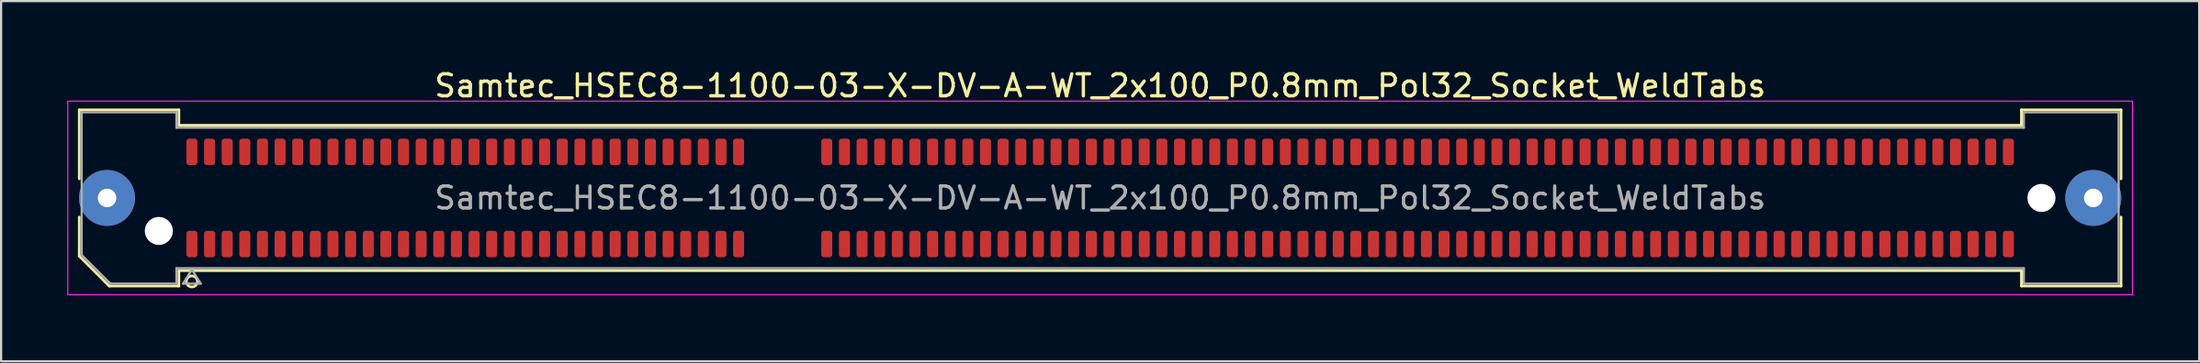
<source format=kicad_pcb>
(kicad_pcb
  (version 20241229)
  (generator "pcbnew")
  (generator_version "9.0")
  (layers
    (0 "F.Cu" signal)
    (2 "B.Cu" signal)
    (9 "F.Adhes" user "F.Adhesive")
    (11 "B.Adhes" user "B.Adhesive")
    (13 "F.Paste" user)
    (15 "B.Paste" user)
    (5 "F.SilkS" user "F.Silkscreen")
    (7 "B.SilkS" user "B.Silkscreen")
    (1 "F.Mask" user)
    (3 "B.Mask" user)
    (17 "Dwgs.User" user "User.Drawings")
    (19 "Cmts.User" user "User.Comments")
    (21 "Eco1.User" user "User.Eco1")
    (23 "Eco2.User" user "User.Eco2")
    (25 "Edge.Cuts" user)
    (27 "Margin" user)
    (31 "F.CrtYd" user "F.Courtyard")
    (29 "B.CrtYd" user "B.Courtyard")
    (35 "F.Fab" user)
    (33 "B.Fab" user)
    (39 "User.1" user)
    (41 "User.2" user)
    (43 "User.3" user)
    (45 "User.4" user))
  (footprint "Samtec_HSEC8-1100-03-X-DV-A-WT_2x100_P0.8mm_Pol32_Socket_WeldTabs"
    (layer "F.Cu")
    (at 46.855 5.948)
    (property "Reference" "Samtec_HSEC8-1100-03-X-DV-A-WT_2x100_P0.8mm_Pol32_Socket_WeldTabs" (at 0 -5.1 0) (layer "F.SilkS") (effects (font (size 1 1) (thickness 0.15))))
    (attr smd)
    (fp_line (start -46.31 -4.005) (end -41.79 -4.005) (stroke (width 0.12) (type solid)) (layer "F.SilkS"))
    (fp_line (start -46.31 -0.868) (end -46.31 -4.005) (stroke (width 0.12) (type solid)) (layer "F.SilkS"))
    (fp_line (start -46.31 2.641) (end -46.31 0.868) (stroke (width 0.12) (type solid)) (layer "F.SilkS"))
    (fp_line (start -44.946 4.005) (end -46.31 2.641) (stroke (width 0.12) (type solid)) (layer "F.SilkS"))
    (fp_line (start -41.79 -4.005) (end -41.79 -3.305) (stroke (width 0.12) (type solid)) (layer "F.SilkS"))
    (fp_line (start -41.79 -3.305) (end 41.79 -3.305) (stroke (width 0.12) (type solid)) (layer "F.SilkS"))
    (fp_line (start -41.79 3.305) (end -41.79 4.005) (stroke (width 0.12) (type solid)) (layer "F.SilkS"))
    (fp_line (start -41.79 4.005) (end -44.946 4.005) (stroke (width 0.12) (type solid)) (layer "F.SilkS"))
    (fp_line (start 41.79 -4.005) (end 46.31 -4.005) (stroke (width 0.12) (type solid)) (layer "F.SilkS"))
    (fp_line (start 41.79 -3.305) (end 41.79 -4.005) (stroke (width 0.12) (type solid)) (layer "F.SilkS"))
    (fp_line (start 41.79 3.305) (end -41.79 3.305) (stroke (width 0.12) (type solid)) (layer "F.SilkS"))
    (fp_line (start 41.79 4.005) (end 41.79 3.305) (stroke (width 0.12) (type solid)) (layer "F.SilkS"))
    (fp_line (start 46.31 -4.005) (end 46.31 -0.868) (stroke (width 0.12) (type solid)) (layer "F.SilkS"))
    (fp_line (start 46.31 0.868) (end 46.31 4.005) (stroke (width 0.12) (type solid)) (layer "F.SilkS"))
    (fp_line (start 46.31 4.005) (end 41.79 4.005) (stroke (width 0.12) (type solid)) (layer "F.SilkS"))
    (fp_circle (center -41.2 3.795) (end -40.95 3.795) (stroke (width 0.12) (type solid)) (fill no) (layer "F.SilkS"))
    (fp_line (start -46.83 -4.4) (end -46.83 4.4) (stroke (width 0.05) (type solid)) (layer "F.CrtYd"))
    (fp_line (start -46.83 4.4) (end 46.83 4.4) (stroke (width 0.05) (type solid)) (layer "F.CrtYd"))
    (fp_line (start 46.83 -4.4) (end -46.83 -4.4) (stroke (width 0.05) (type solid)) (layer "F.CrtYd"))
    (fp_line (start 46.83 4.4) (end 46.83 -4.4) (stroke (width 0.05) (type solid)) (layer "F.CrtYd"))
    (fp_line (start -46.2 -3.895) (end -41.9 -3.895) (stroke (width 0.1) (type solid)) (layer "F.Fab"))
    (fp_line (start -46.2 2.595) (end -46.2 -3.895) (stroke (width 0.1) (type solid)) (layer "F.Fab"))
    (fp_line (start -44.9 3.895) (end -46.2 2.595) (stroke (width 0.1) (type solid)) (layer "F.Fab"))
    (fp_line (start -41.9 -3.895) (end -41.9 -3.195) (stroke (width 0.1) (type solid)) (layer "F.Fab"))
    (fp_line (start -41.9 -3.195) (end 41.9 -3.195) (stroke (width 0.1) (type solid)) (layer "F.Fab"))
    (fp_line (start -41.9 3.195) (end -41.9 3.895) (stroke (width 0.1) (type solid)) (layer "F.Fab"))
    (fp_line (start -41.9 3.895) (end -44.9 3.895) (stroke (width 0.1) (type solid)) (layer "F.Fab"))
    (fp_line (start -41.6 3.895) (end -41.2 3.255) (stroke (width 0.1) (type solid)) (layer "F.Fab"))
    (fp_line (start -41.2 3.255) (end -40.8 3.895) (stroke (width 0.1) (type solid)) (layer "F.Fab"))
    (fp_line (start -40.8 3.895) (end -41.6 3.895) (stroke (width 0.1) (type solid)) (layer "F.Fab"))
    (fp_line (start 41.9 -3.895) (end 46.2 -3.895) (stroke (width 0.1) (type solid)) (layer "F.Fab"))
    (fp_line (start 41.9 -3.195) (end 41.9 -3.895) (stroke (width 0.1) (type solid)) (layer "F.Fab"))
    (fp_line (start 41.9 3.195) (end -41.9 3.195) (stroke (width 0.1) (type solid)) (layer "F.Fab"))
    (fp_line (start 41.9 3.895) (end 41.9 3.195) (stroke (width 0.1) (type solid)) (layer "F.Fab"))
    (fp_line (start 46.2 -3.895) (end 46.2 3.895) (stroke (width 0.1) (type solid)) (layer "F.Fab"))
    (fp_line (start 46.2 3.895) (end 41.9 3.895) (stroke (width 0.1) (type solid)) (layer "F.Fab"))
    (fp_text user "${REFERENCE}" (at 0 0 0) (layer "F.Fab") (effects (font (size 1 1) (thickness 0.15))))
    (pad "" thru_hole circle (at -45.05 0) (size 2.54 2.54) (drill 0.84) (layers "*.Cu" "*.Mask" "F.Paste"))
    (pad "" np_thru_hole circle (at -42.7 1.5) (size 1.27 1.27) (drill 1.27) (layers "*.Cu" "*.Mask"))
    (pad "" np_thru_hole circle (at 42.7 0) (size 1.27 1.27) (drill 1.27) (layers "*.Cu" "*.Mask"))
    (pad "" thru_hole circle (at 45.05 0) (size 2.54 2.54) (drill 0.84) (layers "*.Cu" "*.Mask" "F.Paste"))
    (pad "1" smd roundrect (at -41.2 2.095) (size 0.5 1.2) (layers "F.Cu" "F.Mask" "F.Paste") (roundrect_rratio 0.25))
    (pad "2" smd roundrect (at -41.2 -2.095) (size 0.5 1.2) (layers "F.Cu" "F.Mask" "F.Paste") (roundrect_rratio 0.25))
    (pad "3" smd roundrect (at -40.4 2.095) (size 0.5 1.2) (layers "F.Cu" "F.Mask" "F.Paste") (roundrect_rratio 0.25))
    (pad "4" smd roundrect (at -40.4 -2.095) (size 0.5 1.2) (layers "F.Cu" "F.Mask" "F.Paste") (roundrect_rratio 0.25))
    (pad "5" smd roundrect (at -39.6 2.095) (size 0.5 1.2) (layers "F.Cu" "F.Mask" "F.Paste") (roundrect_rratio 0.25))
    (pad "6" smd roundrect (at -39.6 -2.095) (size 0.5 1.2) (layers "F.Cu" "F.Mask" "F.Paste") (roundrect_rratio 0.25))
    (pad "7" smd roundrect (at -38.8 2.095) (size 0.5 1.2) (layers "F.Cu" "F.Mask" "F.Paste") (roundrect_rratio 0.25))
    (pad "8" smd roundrect (at -38.8 -2.095) (size 0.5 1.2) (layers "F.Cu" "F.Mask" "F.Paste") (roundrect_rratio 0.25))
    (pad "9" smd roundrect (at -38 2.095) (size 0.5 1.2) (layers "F.Cu" "F.Mask" "F.Paste") (roundrect_rratio 0.25))
    (pad "10" smd roundrect (at -38 -2.095) (size 0.5 1.2) (layers "F.Cu" "F.Mask" "F.Paste") (roundrect_rratio 0.25))
    (pad "11" smd roundrect (at -37.2 2.095) (size 0.5 1.2) (layers "F.Cu" "F.Mask" "F.Paste") (roundrect_rratio 0.25))
    (pad "12" smd roundrect (at -37.2 -2.095) (size 0.5 1.2) (layers "F.Cu" "F.Mask" "F.Paste") (roundrect_rratio 0.25))
    (pad "13" smd roundrect (at -36.4 2.095) (size 0.5 1.2) (layers "F.Cu" "F.Mask" "F.Paste") (roundrect_rratio 0.25))
    (pad "14" smd roundrect (at -36.4 -2.095) (size 0.5 1.2) (layers "F.Cu" "F.Mask" "F.Paste") (roundrect_rratio 0.25))
    (pad "15" smd roundrect (at -35.6 2.095) (size 0.5 1.2) (layers "F.Cu" "F.Mask" "F.Paste") (roundrect_rratio 0.25))
    (pad "16" smd roundrect (at -35.6 -2.095) (size 0.5 1.2) (layers "F.Cu" "F.Mask" "F.Paste") (roundrect_rratio 0.25))
    (pad "17" smd roundrect (at -34.8 2.095) (size 0.5 1.2) (layers "F.Cu" "F.Mask" "F.Paste") (roundrect_rratio 0.25))
    (pad "18" smd roundrect (at -34.8 -2.095) (size 0.5 1.2) (layers "F.Cu" "F.Mask" "F.Paste") (roundrect_rratio 0.25))
    (pad "19" smd roundrect (at -34 2.095) (size 0.5 1.2) (layers "F.Cu" "F.Mask" "F.Paste") (roundrect_rratio 0.25))
    (pad "20" smd roundrect (at -34 -2.095) (size 0.5 1.2) (layers "F.Cu" "F.Mask" "F.Paste") (roundrect_rratio 0.25))
    (pad "21" smd roundrect (at -33.2 2.095) (size 0.5 1.2) (layers "F.Cu" "F.Mask" "F.Paste") (roundrect_rratio 0.25))
    (pad "22" smd roundrect (at -33.2 -2.095) (size 0.5 1.2) (layers "F.Cu" "F.Mask" "F.Paste") (roundrect_rratio 0.25))
    (pad "23" smd roundrect (at -32.4 2.095) (size 0.5 1.2) (layers "F.Cu" "F.Mask" "F.Paste") (roundrect_rratio 0.25))
    (pad "24" smd roundrect (at -32.4 -2.095) (size 0.5 1.2) (layers "F.Cu" "F.Mask" "F.Paste") (roundrect_rratio 0.25))
    (pad "25" smd roundrect (at -31.6 2.095) (size 0.5 1.2) (layers "F.Cu" "F.Mask" "F.Paste") (roundrect_rratio 0.25))
    (pad "26" smd roundrect (at -31.6 -2.095) (size 0.5 1.2) (layers "F.Cu" "F.Mask" "F.Paste") (roundrect_rratio 0.25))
    (pad "27" smd roundrect (at -30.8 2.095) (size 0.5 1.2) (layers "F.Cu" "F.Mask" "F.Paste") (roundrect_rratio 0.25))
    (pad "28" smd roundrect (at -30.8 -2.095) (size 0.5 1.2) (layers "F.Cu" "F.Mask" "F.Paste") (roundrect_rratio 0.25))
    (pad "29" smd roundrect (at -30 2.095) (size 0.5 1.2) (layers "F.Cu" "F.Mask" "F.Paste") (roundrect_rratio 0.25))
    (pad "30" smd roundrect (at -30 -2.095) (size 0.5 1.2) (layers "F.Cu" "F.Mask" "F.Paste") (roundrect_rratio 0.25))
    (pad "31" smd roundrect (at -29.2 2.095) (size 0.5 1.2) (layers "F.Cu" "F.Mask" "F.Paste") (roundrect_rratio 0.25))
    (pad "32" smd roundrect (at -29.2 -2.095) (size 0.5 1.2) (layers "F.Cu" "F.Mask" "F.Paste") (roundrect_rratio 0.25))
    (pad "33" smd roundrect (at -28.4 2.095) (size 0.5 1.2) (layers "F.Cu" "F.Mask" "F.Paste") (roundrect_rratio 0.25))
    (pad "34" smd roundrect (at -28.4 -2.095) (size 0.5 1.2) (layers "F.Cu" "F.Mask" "F.Paste") (roundrect_rratio 0.25))
    (pad "35" smd roundrect (at -27.6 2.095) (size 0.5 1.2) (layers "F.Cu" "F.Mask" "F.Paste") (roundrect_rratio 0.25))
    (pad "36" smd roundrect (at -27.6 -2.095) (size 0.5 1.2) (layers "F.Cu" "F.Mask" "F.Paste") (roundrect_rratio 0.25))
    (pad "37" smd roundrect (at -26.8 2.095) (size 0.5 1.2) (layers "F.Cu" "F.Mask" "F.Paste") (roundrect_rratio 0.25))
    (pad "38" smd roundrect (at -26.8 -2.095) (size 0.5 1.2) (layers "F.Cu" "F.Mask" "F.Paste") (roundrect_rratio 0.25))
    (pad "39" smd roundrect (at -26 2.095) (size 0.5 1.2) (layers "F.Cu" "F.Mask" "F.Paste") (roundrect_rratio 0.25))
    (pad "40" smd roundrect (at -26 -2.095) (size 0.5 1.2) (layers "F.Cu" "F.Mask" "F.Paste") (roundrect_rratio 0.25))
    (pad "41" smd roundrect (at -25.2 2.095) (size 0.5 1.2) (layers "F.Cu" "F.Mask" "F.Paste") (roundrect_rratio 0.25))
    (pad "42" smd roundrect (at -25.2 -2.095) (size 0.5 1.2) (layers "F.Cu" "F.Mask" "F.Paste") (roundrect_rratio 0.25))
    (pad "43" smd roundrect (at -24.4 2.095) (size 0.5 1.2) (layers "F.Cu" "F.Mask" "F.Paste") (roundrect_rratio 0.25))
    (pad "44" smd roundrect (at -24.4 -2.095) (size 0.5 1.2) (layers "F.Cu" "F.Mask" "F.Paste") (roundrect_rratio 0.25))
    (pad "45" smd roundrect (at -23.6 2.095) (size 0.5 1.2) (layers "F.Cu" "F.Mask" "F.Paste") (roundrect_rratio 0.25))
    (pad "46" smd roundrect (at -23.6 -2.095) (size 0.5 1.2) (layers "F.Cu" "F.Mask" "F.Paste") (roundrect_rratio 0.25))
    (pad "47" smd roundrect (at -22.8 2.095) (size 0.5 1.2) (layers "F.Cu" "F.Mask" "F.Paste") (roundrect_rratio 0.25))
    (pad "48" smd roundrect (at -22.8 -2.095) (size 0.5 1.2) (layers "F.Cu" "F.Mask" "F.Paste") (roundrect_rratio 0.25))
    (pad "49" smd roundrect (at -22 2.095) (size 0.5 1.2) (layers "F.Cu" "F.Mask" "F.Paste") (roundrect_rratio 0.25))
    (pad "50" smd roundrect (at -22 -2.095) (size 0.5 1.2) (layers "F.Cu" "F.Mask" "F.Paste") (roundrect_rratio 0.25))
    (pad "51" smd roundrect (at -21.2 2.095) (size 0.5 1.2) (layers "F.Cu" "F.Mask" "F.Paste") (roundrect_rratio 0.25))
    (pad "52" smd roundrect (at -21.2 -2.095) (size 0.5 1.2) (layers "F.Cu" "F.Mask" "F.Paste") (roundrect_rratio 0.25))
    (pad "53" smd roundrect (at -20.4 2.095) (size 0.5 1.2) (layers "F.Cu" "F.Mask" "F.Paste") (roundrect_rratio 0.25))
    (pad "54" smd roundrect (at -20.4 -2.095) (size 0.5 1.2) (layers "F.Cu" "F.Mask" "F.Paste") (roundrect_rratio 0.25))
    (pad "55" smd roundrect (at -19.6 2.095) (size 0.5 1.2) (layers "F.Cu" "F.Mask" "F.Paste") (roundrect_rratio 0.25))
    (pad "56" smd roundrect (at -19.6 -2.095) (size 0.5 1.2) (layers "F.Cu" "F.Mask" "F.Paste") (roundrect_rratio 0.25))
    (pad "57" smd roundrect (at -18.8 2.095) (size 0.5 1.2) (layers "F.Cu" "F.Mask" "F.Paste") (roundrect_rratio 0.25))
    (pad "58" smd roundrect (at -18.8 -2.095) (size 0.5 1.2) (layers "F.Cu" "F.Mask" "F.Paste") (roundrect_rratio 0.25))
    (pad "59" smd roundrect (at -18 2.095) (size 0.5 1.2) (layers "F.Cu" "F.Mask" "F.Paste") (roundrect_rratio 0.25))
    (pad "60" smd roundrect (at -18 -2.095) (size 0.5 1.2) (layers "F.Cu" "F.Mask" "F.Paste") (roundrect_rratio 0.25))
    (pad "61" smd roundrect (at -17.2 2.095) (size 0.5 1.2) (layers "F.Cu" "F.Mask" "F.Paste") (roundrect_rratio 0.25))
    (pad "62" smd roundrect (at -17.2 -2.095) (size 0.5 1.2) (layers "F.Cu" "F.Mask" "F.Paste") (roundrect_rratio 0.25))
    (pad "63" smd roundrect (at -16.4 2.095) (size 0.5 1.2) (layers "F.Cu" "F.Mask" "F.Paste") (roundrect_rratio 0.25))
    (pad "64" smd roundrect (at -16.4 -2.095) (size 0.5 1.2) (layers "F.Cu" "F.Mask" "F.Paste") (roundrect_rratio 0.25))
    (pad "65" smd roundrect (at -12.4 2.095) (size 0.5 1.2) (layers "F.Cu" "F.Mask" "F.Paste") (roundrect_rratio 0.25))
    (pad "66" smd roundrect (at -12.4 -2.095) (size 0.5 1.2) (layers "F.Cu" "F.Mask" "F.Paste") (roundrect_rratio 0.25))
    (pad "67" smd roundrect (at -11.6 2.095) (size 0.5 1.2) (layers "F.Cu" "F.Mask" "F.Paste") (roundrect_rratio 0.25))
    (pad "68" smd roundrect (at -11.6 -2.095) (size 0.5 1.2) (layers "F.Cu" "F.Mask" "F.Paste") (roundrect_rratio 0.25))
    (pad "69" smd roundrect (at -10.8 2.095) (size 0.5 1.2) (layers "F.Cu" "F.Mask" "F.Paste") (roundrect_rratio 0.25))
    (pad "70" smd roundrect (at -10.8 -2.095) (size 0.5 1.2) (layers "F.Cu" "F.Mask" "F.Paste") (roundrect_rratio 0.25))
    (pad "71" smd roundrect (at -10 2.095) (size 0.5 1.2) (layers "F.Cu" "F.Mask" "F.Paste") (roundrect_rratio 0.25))
    (pad "72" smd roundrect (at -10 -2.095) (size 0.5 1.2) (layers "F.Cu" "F.Mask" "F.Paste") (roundrect_rratio 0.25))
    (pad "73" smd roundrect (at -9.2 2.095) (size 0.5 1.2) (layers "F.Cu" "F.Mask" "F.Paste") (roundrect_rratio 0.25))
    (pad "74" smd roundrect (at -9.2 -2.095) (size 0.5 1.2) (layers "F.Cu" "F.Mask" "F.Paste") (roundrect_rratio 0.25))
    (pad "75" smd roundrect (at -8.4 2.095) (size 0.5 1.2) (layers "F.Cu" "F.Mask" "F.Paste") (roundrect_rratio 0.25))
    (pad "76" smd roundrect (at -8.4 -2.095) (size 0.5 1.2) (layers "F.Cu" "F.Mask" "F.Paste") (roundrect_rratio 0.25))
    (pad "77" smd roundrect (at -7.6 2.095) (size 0.5 1.2) (layers "F.Cu" "F.Mask" "F.Paste") (roundrect_rratio 0.25))
    (pad "78" smd roundrect (at -7.6 -2.095) (size 0.5 1.2) (layers "F.Cu" "F.Mask" "F.Paste") (roundrect_rratio 0.25))
    (pad "79" smd roundrect (at -6.8 2.095) (size 0.5 1.2) (layers "F.Cu" "F.Mask" "F.Paste") (roundrect_rratio 0.25))
    (pad "80" smd roundrect (at -6.8 -2.095) (size 0.5 1.2) (layers "F.Cu" "F.Mask" "F.Paste") (roundrect_rratio 0.25))
    (pad "81" smd roundrect (at -6 2.095) (size 0.5 1.2) (layers "F.Cu" "F.Mask" "F.Paste") (roundrect_rratio 0.25))
    (pad "82" smd roundrect (at -6 -2.095) (size 0.5 1.2) (layers "F.Cu" "F.Mask" "F.Paste") (roundrect_rratio 0.25))
    (pad "83" smd roundrect (at -5.2 2.095) (size 0.5 1.2) (layers "F.Cu" "F.Mask" "F.Paste") (roundrect_rratio 0.25))
    (pad "84" smd roundrect (at -5.2 -2.095) (size 0.5 1.2) (layers "F.Cu" "F.Mask" "F.Paste") (roundrect_rratio 0.25))
    (pad "85" smd roundrect (at -4.4 2.095) (size 0.5 1.2) (layers "F.Cu" "F.Mask" "F.Paste") (roundrect_rratio 0.25))
    (pad "86" smd roundrect (at -4.4 -2.095) (size 0.5 1.2) (layers "F.Cu" "F.Mask" "F.Paste") (roundrect_rratio 0.25))
    (pad "87" smd roundrect (at -3.6 2.095) (size 0.5 1.2) (layers "F.Cu" "F.Mask" "F.Paste") (roundrect_rratio 0.25))
    (pad "88" smd roundrect (at -3.6 -2.095) (size 0.5 1.2) (layers "F.Cu" "F.Mask" "F.Paste") (roundrect_rratio 0.25))
    (pad "89" smd roundrect (at -2.8 2.095) (size 0.5 1.2) (layers "F.Cu" "F.Mask" "F.Paste") (roundrect_rratio 0.25))
    (pad "90" smd roundrect (at -2.8 -2.095) (size 0.5 1.2) (layers "F.Cu" "F.Mask" "F.Paste") (roundrect_rratio 0.25))
    (pad "91" smd roundrect (at -2 2.095) (size 0.5 1.2) (layers "F.Cu" "F.Mask" "F.Paste") (roundrect_rratio 0.25))
    (pad "92" smd roundrect (at -2 -2.095) (size 0.5 1.2) (layers "F.Cu" "F.Mask" "F.Paste") (roundrect_rratio 0.25))
    (pad "93" smd roundrect (at -1.2 2.095) (size 0.5 1.2) (layers "F.Cu" "F.Mask" "F.Paste") (roundrect_rratio 0.25))
    (pad "94" smd roundrect (at -1.2 -2.095) (size 0.5 1.2) (layers "F.Cu" "F.Mask" "F.Paste") (roundrect_rratio 0.25))
    (pad "95" smd roundrect (at -0.4 2.095) (size 0.5 1.2) (layers "F.Cu" "F.Mask" "F.Paste") (roundrect_rratio 0.25))
    (pad "96" smd roundrect (at -0.4 -2.095) (size 0.5 1.2) (layers "F.Cu" "F.Mask" "F.Paste") (roundrect_rratio 0.25))
    (pad "97" smd roundrect (at 0.4 2.095) (size 0.5 1.2) (layers "F.Cu" "F.Mask" "F.Paste") (roundrect_rratio 0.25))
    (pad "98" smd roundrect (at 0.4 -2.095) (size 0.5 1.2) (layers "F.Cu" "F.Mask" "F.Paste") (roundrect_rratio 0.25))
    (pad "99" smd roundrect (at 1.2 2.095) (size 0.5 1.2) (layers "F.Cu" "F.Mask" "F.Paste") (roundrect_rratio 0.25))
    (pad "100" smd roundrect (at 1.2 -2.095) (size 0.5 1.2) (layers "F.Cu" "F.Mask" "F.Paste") (roundrect_rratio 0.25))
    (pad "101" smd roundrect (at 2 2.095) (size 0.5 1.2) (layers "F.Cu" "F.Mask" "F.Paste") (roundrect_rratio 0.25))
    (pad "102" smd roundrect (at 2 -2.095) (size 0.5 1.2) (layers "F.Cu" "F.Mask" "F.Paste") (roundrect_rratio 0.25))
    (pad "103" smd roundrect (at 2.8 2.095) (size 0.5 1.2) (layers "F.Cu" "F.Mask" "F.Paste") (roundrect_rratio 0.25))
    (pad "104" smd roundrect (at 2.8 -2.095) (size 0.5 1.2) (layers "F.Cu" "F.Mask" "F.Paste") (roundrect_rratio 0.25))
    (pad "105" smd roundrect (at 3.6 2.095) (size 0.5 1.2) (layers "F.Cu" "F.Mask" "F.Paste") (roundrect_rratio 0.25))
    (pad "106" smd roundrect (at 3.6 -2.095) (size 0.5 1.2) (layers "F.Cu" "F.Mask" "F.Paste") (roundrect_rratio 0.25))
    (pad "107" smd roundrect (at 4.4 2.095) (size 0.5 1.2) (layers "F.Cu" "F.Mask" "F.Paste") (roundrect_rratio 0.25))
    (pad "108" smd roundrect (at 4.4 -2.095) (size 0.5 1.2) (layers "F.Cu" "F.Mask" "F.Paste") (roundrect_rratio 0.25))
    (pad "109" smd roundrect (at 5.2 2.095) (size 0.5 1.2) (layers "F.Cu" "F.Mask" "F.Paste") (roundrect_rratio 0.25))
    (pad "110" smd roundrect (at 5.2 -2.095) (size 0.5 1.2) (layers "F.Cu" "F.Mask" "F.Paste") (roundrect_rratio 0.25))
    (pad "111" smd roundrect (at 6 2.095) (size 0.5 1.2) (layers "F.Cu" "F.Mask" "F.Paste") (roundrect_rratio 0.25))
    (pad "112" smd roundrect (at 6 -2.095) (size 0.5 1.2) (layers "F.Cu" "F.Mask" "F.Paste") (roundrect_rratio 0.25))
    (pad "113" smd roundrect (at 6.8 2.095) (size 0.5 1.2) (layers "F.Cu" "F.Mask" "F.Paste") (roundrect_rratio 0.25))
    (pad "114" smd roundrect (at 6.8 -2.095) (size 0.5 1.2) (layers "F.Cu" "F.Mask" "F.Paste") (roundrect_rratio 0.25))
    (pad "115" smd roundrect (at 7.6 2.095) (size 0.5 1.2) (layers "F.Cu" "F.Mask" "F.Paste") (roundrect_rratio 0.25))
    (pad "116" smd roundrect (at 7.6 -2.095) (size 0.5 1.2) (layers "F.Cu" "F.Mask" "F.Paste") (roundrect_rratio 0.25))
    (pad "117" smd roundrect (at 8.4 2.095) (size 0.5 1.2) (layers "F.Cu" "F.Mask" "F.Paste") (roundrect_rratio 0.25))
    (pad "118" smd roundrect (at 8.4 -2.095) (size 0.5 1.2) (layers "F.Cu" "F.Mask" "F.Paste") (roundrect_rratio 0.25))
    (pad "119" smd roundrect (at 9.2 2.095) (size 0.5 1.2) (layers "F.Cu" "F.Mask" "F.Paste") (roundrect_rratio 0.25))
    (pad "120" smd roundrect (at 9.2 -2.095) (size 0.5 1.2) (layers "F.Cu" "F.Mask" "F.Paste") (roundrect_rratio 0.25))
    (pad "121" smd roundrect (at 10 2.095) (size 0.5 1.2) (layers "F.Cu" "F.Mask" "F.Paste") (roundrect_rratio 0.25))
    (pad "122" smd roundrect (at 10 -2.095) (size 0.5 1.2) (layers "F.Cu" "F.Mask" "F.Paste") (roundrect_rratio 0.25))
    (pad "123" smd roundrect (at 10.8 2.095) (size 0.5 1.2) (layers "F.Cu" "F.Mask" "F.Paste") (roundrect_rratio 0.25))
    (pad "124" smd roundrect (at 10.8 -2.095) (size 0.5 1.2) (layers "F.Cu" "F.Mask" "F.Paste") (roundrect_rratio 0.25))
    (pad "125" smd roundrect (at 11.6 2.095) (size 0.5 1.2) (layers "F.Cu" "F.Mask" "F.Paste") (roundrect_rratio 0.25))
    (pad "126" smd roundrect (at 11.6 -2.095) (size 0.5 1.2) (layers "F.Cu" "F.Mask" "F.Paste") (roundrect_rratio 0.25))
    (pad "127" smd roundrect (at 12.4 2.095) (size 0.5 1.2) (layers "F.Cu" "F.Mask" "F.Paste") (roundrect_rratio 0.25))
    (pad "128" smd roundrect (at 12.4 -2.095) (size 0.5 1.2) (layers "F.Cu" "F.Mask" "F.Paste") (roundrect_rratio 0.25))
    (pad "129" smd roundrect (at 13.2 2.095) (size 0.5 1.2) (layers "F.Cu" "F.Mask" "F.Paste") (roundrect_rratio 0.25))
    (pad "130" smd roundrect (at 13.2 -2.095) (size 0.5 1.2) (layers "F.Cu" "F.Mask" "F.Paste") (roundrect_rratio 0.25))
    (pad "131" smd roundrect (at 14 2.095) (size 0.5 1.2) (layers "F.Cu" "F.Mask" "F.Paste") (roundrect_rratio 0.25))
    (pad "132" smd roundrect (at 14 -2.095) (size 0.5 1.2) (layers "F.Cu" "F.Mask" "F.Paste") (roundrect_rratio 0.25))
    (pad "133" smd roundrect (at 14.8 2.095) (size 0.5 1.2) (layers "F.Cu" "F.Mask" "F.Paste") (roundrect_rratio 0.25))
    (pad "134" smd roundrect (at 14.8 -2.095) (size 0.5 1.2) (layers "F.Cu" "F.Mask" "F.Paste") (roundrect_rratio 0.25))
    (pad "135" smd roundrect (at 15.6 2.095) (size 0.5 1.2) (layers "F.Cu" "F.Mask" "F.Paste") (roundrect_rratio 0.25))
    (pad "136" smd roundrect (at 15.6 -2.095) (size 0.5 1.2) (layers "F.Cu" "F.Mask" "F.Paste") (roundrect_rratio 0.25))
    (pad "137" smd roundrect (at 16.4 2.095) (size 0.5 1.2) (layers "F.Cu" "F.Mask" "F.Paste") (roundrect_rratio 0.25))
    (pad "138" smd roundrect (at 16.4 -2.095) (size 0.5 1.2) (layers "F.Cu" "F.Mask" "F.Paste") (roundrect_rratio 0.25))
    (pad "139" smd roundrect (at 17.2 2.095) (size 0.5 1.2) (layers "F.Cu" "F.Mask" "F.Paste") (roundrect_rratio 0.25))
    (pad "140" smd roundrect (at 17.2 -2.095) (size 0.5 1.2) (layers "F.Cu" "F.Mask" "F.Paste") (roundrect_rratio 0.25))
    (pad "141" smd roundrect (at 18 2.095) (size 0.5 1.2) (layers "F.Cu" "F.Mask" "F.Paste") (roundrect_rratio 0.25))
    (pad "142" smd roundrect (at 18 -2.095) (size 0.5 1.2) (layers "F.Cu" "F.Mask" "F.Paste") (roundrect_rratio 0.25))
    (pad "143" smd roundrect (at 18.8 2.095) (size 0.5 1.2) (layers "F.Cu" "F.Mask" "F.Paste") (roundrect_rratio 0.25))
    (pad "144" smd roundrect (at 18.8 -2.095) (size 0.5 1.2) (layers "F.Cu" "F.Mask" "F.Paste") (roundrect_rratio 0.25))
    (pad "145" smd roundrect (at 19.6 2.095) (size 0.5 1.2) (layers "F.Cu" "F.Mask" "F.Paste") (roundrect_rratio 0.25))
    (pad "146" smd roundrect (at 19.6 -2.095) (size 0.5 1.2) (layers "F.Cu" "F.Mask" "F.Paste") (roundrect_rratio 0.25))
    (pad "147" smd roundrect (at 20.4 2.095) (size 0.5 1.2) (layers "F.Cu" "F.Mask" "F.Paste") (roundrect_rratio 0.25))
    (pad "148" smd roundrect (at 20.4 -2.095) (size 0.5 1.2) (layers "F.Cu" "F.Mask" "F.Paste") (roundrect_rratio 0.25))
    (pad "149" smd roundrect (at 21.2 2.095) (size 0.5 1.2) (layers "F.Cu" "F.Mask" "F.Paste") (roundrect_rratio 0.25))
    (pad "150" smd roundrect (at 21.2 -2.095) (size 0.5 1.2) (layers "F.Cu" "F.Mask" "F.Paste") (roundrect_rratio 0.25))
    (pad "151" smd roundrect (at 22 2.095) (size 0.5 1.2) (layers "F.Cu" "F.Mask" "F.Paste") (roundrect_rratio 0.25))
    (pad "152" smd roundrect (at 22 -2.095) (size 0.5 1.2) (layers "F.Cu" "F.Mask" "F.Paste") (roundrect_rratio 0.25))
    (pad "153" smd roundrect (at 22.8 2.095) (size 0.5 1.2) (layers "F.Cu" "F.Mask" "F.Paste") (roundrect_rratio 0.25))
    (pad "154" smd roundrect (at 22.8 -2.095) (size 0.5 1.2) (layers "F.Cu" "F.Mask" "F.Paste") (roundrect_rratio 0.25))
    (pad "155" smd roundrect (at 23.6 2.095) (size 0.5 1.2) (layers "F.Cu" "F.Mask" "F.Paste") (roundrect_rratio 0.25))
    (pad "156" smd roundrect (at 23.6 -2.095) (size 0.5 1.2) (layers "F.Cu" "F.Mask" "F.Paste") (roundrect_rratio 0.25))
    (pad "157" smd roundrect (at 24.4 2.095) (size 0.5 1.2) (layers "F.Cu" "F.Mask" "F.Paste") (roundrect_rratio 0.25))
    (pad "158" smd roundrect (at 24.4 -2.095) (size 0.5 1.2) (layers "F.Cu" "F.Mask" "F.Paste") (roundrect_rratio 0.25))
    (pad "159" smd roundrect (at 25.2 2.095) (size 0.5 1.2) (layers "F.Cu" "F.Mask" "F.Paste") (roundrect_rratio 0.25))
    (pad "160" smd roundrect (at 25.2 -2.095) (size 0.5 1.2) (layers "F.Cu" "F.Mask" "F.Paste") (roundrect_rratio 0.25))
    (pad "161" smd roundrect (at 26 2.095) (size 0.5 1.2) (layers "F.Cu" "F.Mask" "F.Paste") (roundrect_rratio 0.25))
    (pad "162" smd roundrect (at 26 -2.095) (size 0.5 1.2) (layers "F.Cu" "F.Mask" "F.Paste") (roundrect_rratio 0.25))
    (pad "163" smd roundrect (at 26.8 2.095) (size 0.5 1.2) (layers "F.Cu" "F.Mask" "F.Paste") (roundrect_rratio 0.25))
    (pad "164" smd roundrect (at 26.8 -2.095) (size 0.5 1.2) (layers "F.Cu" "F.Mask" "F.Paste") (roundrect_rratio 0.25))
    (pad "165" smd roundrect (at 27.6 2.095) (size 0.5 1.2) (layers "F.Cu" "F.Mask" "F.Paste") (roundrect_rratio 0.25))
    (pad "166" smd roundrect (at 27.6 -2.095) (size 0.5 1.2) (layers "F.Cu" "F.Mask" "F.Paste") (roundrect_rratio 0.25))
    (pad "167" smd roundrect (at 28.4 2.095) (size 0.5 1.2) (layers "F.Cu" "F.Mask" "F.Paste") (roundrect_rratio 0.25))
    (pad "168" smd roundrect (at 28.4 -2.095) (size 0.5 1.2) (layers "F.Cu" "F.Mask" "F.Paste") (roundrect_rratio 0.25))
    (pad "169" smd roundrect (at 29.2 2.095) (size 0.5 1.2) (layers "F.Cu" "F.Mask" "F.Paste") (roundrect_rratio 0.25))
    (pad "170" smd roundrect (at 29.2 -2.095) (size 0.5 1.2) (layers "F.Cu" "F.Mask" "F.Paste") (roundrect_rratio 0.25))
    (pad "171" smd roundrect (at 30 2.095) (size 0.5 1.2) (layers "F.Cu" "F.Mask" "F.Paste") (roundrect_rratio 0.25))
    (pad "172" smd roundrect (at 30 -2.095) (size 0.5 1.2) (layers "F.Cu" "F.Mask" "F.Paste") (roundrect_rratio 0.25))
    (pad "173" smd roundrect (at 30.8 2.095) (size 0.5 1.2) (layers "F.Cu" "F.Mask" "F.Paste") (roundrect_rratio 0.25))
    (pad "174" smd roundrect (at 30.8 -2.095) (size 0.5 1.2) (layers "F.Cu" "F.Mask" "F.Paste") (roundrect_rratio 0.25))
    (pad "175" smd roundrect (at 31.6 2.095) (size 0.5 1.2) (layers "F.Cu" "F.Mask" "F.Paste") (roundrect_rratio 0.25))
    (pad "176" smd roundrect (at 31.6 -2.095) (size 0.5 1.2) (layers "F.Cu" "F.Mask" "F.Paste") (roundrect_rratio 0.25))
    (pad "177" smd roundrect (at 32.4 2.095) (size 0.5 1.2) (layers "F.Cu" "F.Mask" "F.Paste") (roundrect_rratio 0.25))
    (pad "178" smd roundrect (at 32.4 -2.095) (size 0.5 1.2) (layers "F.Cu" "F.Mask" "F.Paste") (roundrect_rratio 0.25))
    (pad "179" smd roundrect (at 33.2 2.095) (size 0.5 1.2) (layers "F.Cu" "F.Mask" "F.Paste") (roundrect_rratio 0.25))
    (pad "180" smd roundrect (at 33.2 -2.095) (size 0.5 1.2) (layers "F.Cu" "F.Mask" "F.Paste") (roundrect_rratio 0.25))
    (pad "181" smd roundrect (at 34 2.095) (size 0.5 1.2) (layers "F.Cu" "F.Mask" "F.Paste") (roundrect_rratio 0.25))
    (pad "182" smd roundrect (at 34 -2.095) (size 0.5 1.2) (layers "F.Cu" "F.Mask" "F.Paste") (roundrect_rratio 0.25))
    (pad "183" smd roundrect (at 34.8 2.095) (size 0.5 1.2) (layers "F.Cu" "F.Mask" "F.Paste") (roundrect_rratio 0.25))
    (pad "184" smd roundrect (at 34.8 -2.095) (size 0.5 1.2) (layers "F.Cu" "F.Mask" "F.Paste") (roundrect_rratio 0.25))
    (pad "185" smd roundrect (at 35.6 2.095) (size 0.5 1.2) (layers "F.Cu" "F.Mask" "F.Paste") (roundrect_rratio 0.25))
    (pad "186" smd roundrect (at 35.6 -2.095) (size 0.5 1.2) (layers "F.Cu" "F.Mask" "F.Paste") (roundrect_rratio 0.25))
    (pad "187" smd roundrect (at 36.4 2.095) (size 0.5 1.2) (layers "F.Cu" "F.Mask" "F.Paste") (roundrect_rratio 0.25))
    (pad "188" smd roundrect (at 36.4 -2.095) (size 0.5 1.2) (layers "F.Cu" "F.Mask" "F.Paste") (roundrect_rratio 0.25))
    (pad "189" smd roundrect (at 37.2 2.095) (size 0.5 1.2) (layers "F.Cu" "F.Mask" "F.Paste") (roundrect_rratio 0.25))
    (pad "190" smd roundrect (at 37.2 -2.095) (size 0.5 1.2) (layers "F.Cu" "F.Mask" "F.Paste") (roundrect_rratio 0.25))
    (pad "191" smd roundrect (at 38 2.095) (size 0.5 1.2) (layers "F.Cu" "F.Mask" "F.Paste") (roundrect_rratio 0.25))
    (pad "192" smd roundrect (at 38 -2.095) (size 0.5 1.2) (layers "F.Cu" "F.Mask" "F.Paste") (roundrect_rratio 0.25))
    (pad "193" smd roundrect (at 38.8 2.095) (size 0.5 1.2) (layers "F.Cu" "F.Mask" "F.Paste") (roundrect_rratio 0.25))
    (pad "194" smd roundrect (at 38.8 -2.095) (size 0.5 1.2) (layers "F.Cu" "F.Mask" "F.Paste") (roundrect_rratio 0.25))
    (pad "195" smd roundrect (at 39.6 2.095) (size 0.5 1.2) (layers "F.Cu" "F.Mask" "F.Paste") (roundrect_rratio 0.25))
    (pad "196" smd roundrect (at 39.6 -2.095) (size 0.5 1.2) (layers "F.Cu" "F.Mask" "F.Paste") (roundrect_rratio 0.25))
    (pad "197" smd roundrect (at 40.4 2.095) (size 0.5 1.2) (layers "F.Cu" "F.Mask" "F.Paste") (roundrect_rratio 0.25))
    (pad "198" smd roundrect (at 40.4 -2.095) (size 0.5 1.2) (layers "F.Cu" "F.Mask" "F.Paste") (roundrect_rratio 0.25))
    (pad "199" smd roundrect (at 41.2 2.095) (size 0.5 1.2) (layers "F.Cu" "F.Mask" "F.Paste") (roundrect_rratio 0.25))
    (pad "200" smd roundrect (at 41.2 -2.095) (size 0.5 1.2) (layers "F.Cu" "F.Mask" "F.Paste") (roundrect_rratio 0.25)))
  (gr_rect
    (start -3 -3)
    (end 96.71 13.373)
    (stroke (width 0.1) (type default))
    (fill no)
    (layer "Edge.Cuts")))
</source>
